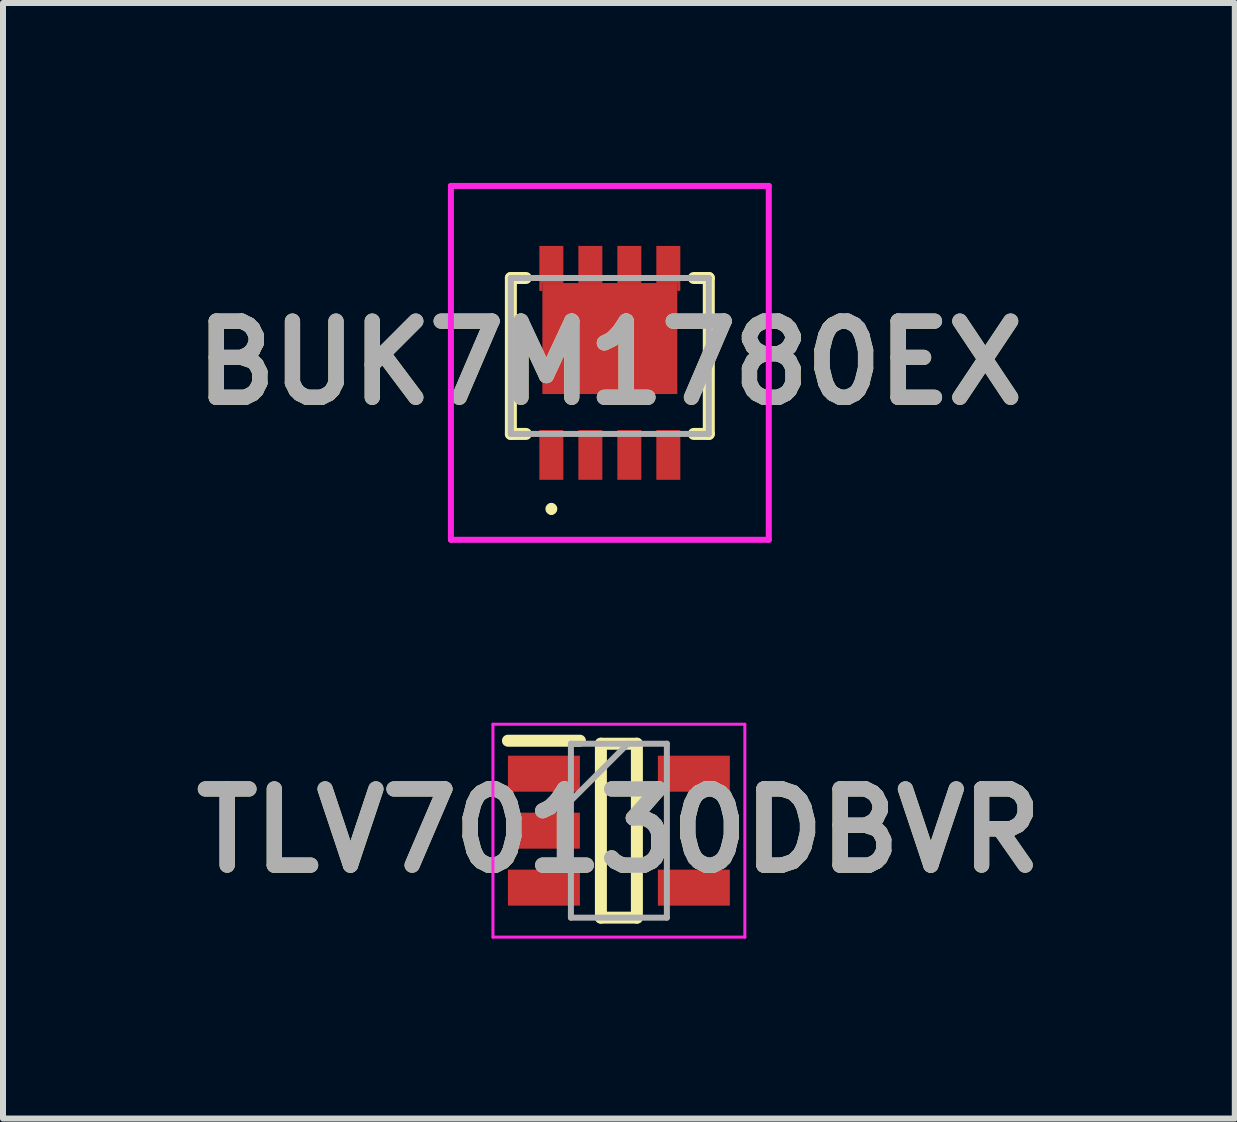
<source format=kicad_pcb>
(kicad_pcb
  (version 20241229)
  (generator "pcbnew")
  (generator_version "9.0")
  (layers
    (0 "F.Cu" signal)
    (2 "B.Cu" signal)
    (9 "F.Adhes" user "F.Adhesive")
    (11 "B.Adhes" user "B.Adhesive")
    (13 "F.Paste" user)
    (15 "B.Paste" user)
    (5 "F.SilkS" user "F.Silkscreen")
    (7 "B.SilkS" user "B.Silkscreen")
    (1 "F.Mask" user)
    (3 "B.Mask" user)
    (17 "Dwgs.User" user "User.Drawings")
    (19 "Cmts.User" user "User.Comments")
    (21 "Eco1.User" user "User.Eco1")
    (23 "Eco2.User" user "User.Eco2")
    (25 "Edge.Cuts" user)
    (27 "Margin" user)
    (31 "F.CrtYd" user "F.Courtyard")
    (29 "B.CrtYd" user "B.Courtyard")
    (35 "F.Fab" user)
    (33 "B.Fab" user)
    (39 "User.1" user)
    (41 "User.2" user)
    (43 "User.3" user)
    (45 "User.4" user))
  (footprint "TLV70130DBVR"
    (layer "F.Cu")
    (at 7.269 10.8)
    (property "Reference" "TLV70130DBVR" (at 0 0 0) (layer "F.SilkS") (effects (font (size 1.27 1.27) (thickness 0.254))))
    (attr smd)
    (fp_line (start -1.85 -1.5) (end -0.65 -1.5) (stroke (width 0.2) (type solid)) (layer "F.SilkS"))
    (fp_line (start -0.3 -1.45) (end 0.3 -1.45) (stroke (width 0.2) (type solid)) (layer "F.SilkS"))
    (fp_line (start -0.3 1.45) (end -0.3 -1.45) (stroke (width 0.2) (type solid)) (layer "F.SilkS"))
    (fp_line (start 0.3 -1.45) (end 0.3 1.45) (stroke (width 0.2) (type solid)) (layer "F.SilkS"))
    (fp_line (start 0.3 1.45) (end -0.3 1.45) (stroke (width 0.2) (type solid)) (layer "F.SilkS"))
    (fp_line (start -2.1 -1.775) (end 2.1 -1.775) (stroke (width 0.05) (type solid)) (layer "F.CrtYd"))
    (fp_line (start -2.1 1.775) (end -2.1 -1.775) (stroke (width 0.05) (type solid)) (layer "F.CrtYd"))
    (fp_line (start 2.1 -1.775) (end 2.1 1.775) (stroke (width 0.05) (type solid)) (layer "F.CrtYd"))
    (fp_line (start 2.1 1.775) (end -2.1 1.775) (stroke (width 0.05) (type solid)) (layer "F.CrtYd"))
    (fp_line (start -0.8 -1.45) (end 0.8 -1.45) (stroke (width 0.1) (type solid)) (layer "F.Fab"))
    (fp_line (start -0.8 -0.5) (end 0.15 -1.45) (stroke (width 0.1) (type solid)) (layer "F.Fab"))
    (fp_line (start -0.8 1.45) (end -0.8 -1.45) (stroke (width 0.1) (type solid)) (layer "F.Fab"))
    (fp_line (start 0.8 -1.45) (end 0.8 1.45) (stroke (width 0.1) (type solid)) (layer "F.Fab"))
    (fp_line (start 0.8 1.45) (end -0.8 1.45) (stroke (width 0.1) (type solid)) (layer "F.Fab"))
    (fp_text user "${REFERENCE}" (at 0 0 0) (layer "F.Fab") (effects (font (size 1.27 1.27) (thickness 0.254))))
    (pad "1" smd rect (at -1.25 -0.95 90) (size 0.6 1.2) (layers "F.Cu" "F.Mask" "F.Paste"))
    (pad "2" smd rect (at -1.25 0 90) (size 0.6 1.2) (layers "F.Cu" "F.Mask" "F.Paste"))
    (pad "3" smd rect (at -1.25 0.95 90) (size 0.6 1.2) (layers "F.Cu" "F.Mask" "F.Paste"))
    (pad "4" smd rect (at 1.25 0.95 90) (size 0.6 1.2) (layers "F.Cu" "F.Mask" "F.Paste"))
    (pad "5" smd rect (at 1.25 -0.95 90) (size 0.6 1.2) (layers "F.Cu" "F.Mask" "F.Paste")))
  (footprint "BUK7M1780EX"
    (layer "F.Cu")
    (at 7.118 2.885)
    (property "Reference" "BUK7M1780EX" (at 0 0.115 0) (layer "F.SilkS") (effects (font (size 1.27 1.27) (thickness 0.254))))
    (attr smd)
    (fp_line (start -1.65 -1.3) (end -1.65 1.3) (stroke (width 0.2) (type solid)) (layer "F.SilkS"))
    (fp_line (start -1.65 1.3) (end -1.4 1.3) (stroke (width 0.2) (type solid)) (layer "F.SilkS"))
    (fp_line (start -1.4 -1.3) (end -1.65 -1.3) (stroke (width 0.2) (type solid)) (layer "F.SilkS"))
    (fp_line (start -0.975 2.5) (end -0.975 2.5) (stroke (width 0.1) (type solid)) (layer "F.SilkS"))
    (fp_line (start -0.975 2.6) (end -0.975 2.6) (stroke (width 0.1) (type solid)) (layer "F.SilkS"))
    (fp_line (start 1.4 1.3) (end 1.65 1.3) (stroke (width 0.2) (type solid)) (layer "F.SilkS"))
    (fp_line (start 1.65 -1.3) (end 1.4 -1.3) (stroke (width 0.2) (type solid)) (layer "F.SilkS"))
    (fp_line (start 1.65 1.3) (end 1.65 -1.3) (stroke (width 0.2) (type solid)) (layer "F.SilkS"))
    (fp_arc (start -0.975 2.5) (mid -0.925 2.55) (end -0.975 2.6) (stroke (width 0.1) (type solid)) (layer "F.SilkS"))
    (fp_arc (start -0.975 2.6) (mid -1.025 2.55) (end -0.975 2.5) (stroke (width 0.1) (type solid)) (layer "F.SilkS"))
    (fp_line (start -2.65 -2.835) (end 2.65 -2.835) (stroke (width 0.1) (type solid)) (layer "F.CrtYd"))
    (fp_line (start -2.65 3.065) (end -2.65 -2.835) (stroke (width 0.1) (type solid)) (layer "F.CrtYd"))
    (fp_line (start 2.65 -2.835) (end 2.65 3.065) (stroke (width 0.1) (type solid)) (layer "F.CrtYd"))
    (fp_line (start 2.65 3.065) (end -2.65 3.065) (stroke (width 0.1) (type solid)) (layer "F.CrtYd"))
    (fp_line (start -1.65 -1.3) (end 1.65 -1.3) (stroke (width 0.1) (type solid)) (layer "F.Fab"))
    (fp_line (start -1.65 1.3) (end -1.65 -1.3) (stroke (width 0.1) (type solid)) (layer "F.Fab"))
    (fp_line (start 1.65 -1.3) (end 1.65 1.3) (stroke (width 0.1) (type solid)) (layer "F.Fab"))
    (fp_line (start 1.65 1.3) (end -1.65 1.3) (stroke (width 0.1) (type solid)) (layer "F.Fab"))
    (fp_text user "${REFERENCE}" (at 0 0.115 0) (layer "F.Fab") (effects (font (size 1.27 1.27) (thickness 0.254))))
    (pad "1" smd rect (at -0.975 1.65) (size 0.4 0.83) (layers "F.Cu" "F.Mask" "F.Paste"))
    (pad "2" smd rect (at -0.325 1.65) (size 0.4 0.83) (layers "F.Cu" "F.Mask" "F.Paste"))
    (pad "3" smd rect (at 0.325 1.65) (size 0.4 0.83) (layers "F.Cu" "F.Mask" "F.Paste"))
    (pad "4" smd rect (at 0.975 1.65) (size 0.4 0.83) (layers "F.Cu" "F.Mask" "F.Paste"))
    (pad "5" smd rect (at 0.975 -1.525) (size 0.4 0.62) (layers "F.Cu" "F.Mask" "F.Paste"))
    (pad "6" smd rect (at 0.325 -1.525) (size 0.4 0.62) (layers "F.Cu" "F.Mask" "F.Paste"))
    (pad "7" smd rect (at -0.325 -1.525) (size 0.4 0.62) (layers "F.Cu" "F.Mask" "F.Paste"))
    (pad "8" smd rect (at -0.975 -1.525) (size 0.4 0.62) (layers "F.Cu" "F.Mask" "F.Paste"))
    (pad "9" smd rect (at 0 -0.29 90) (size 1.85 2.25) (layers "F.Cu" "F.Mask" "F.Paste"))
    (pad "10" smd rect (at 1.15 -1.15) (size 0.05 0.13) (layers "F.Cu" "F.Mask" "F.Paste"))
    (pad "11" smd rect (at -1.15 -1.15) (size 0.05 0.13) (layers "F.Cu" "F.Mask" "F.Paste")))
  (gr_rect
    (start -3 -3)
    (end 17.538 15.6)
    (stroke (width 0.1) (type default))
    (fill no)
    (layer "Edge.Cuts")))
</source>
